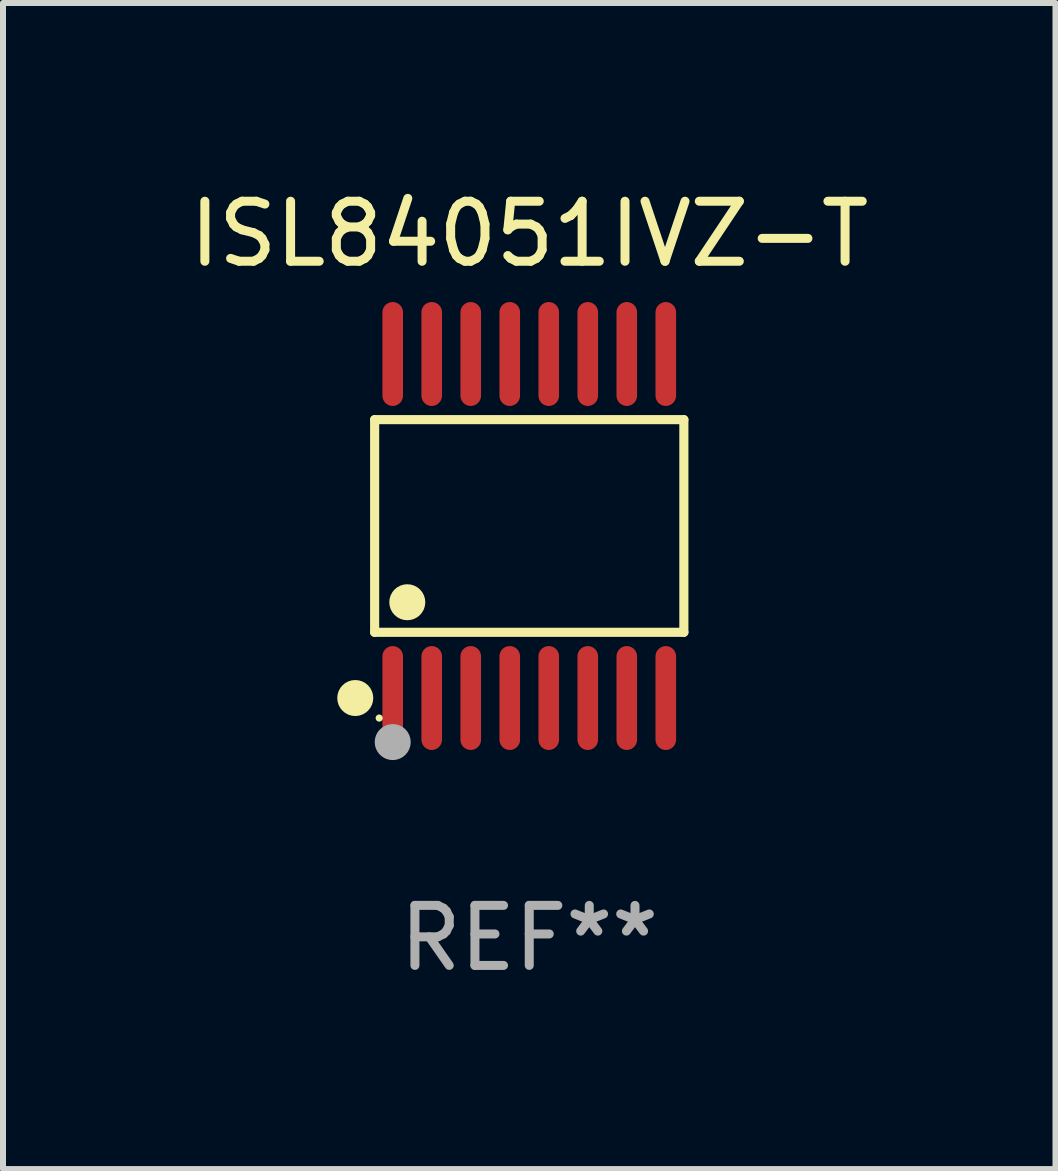
<source format=kicad_pcb>
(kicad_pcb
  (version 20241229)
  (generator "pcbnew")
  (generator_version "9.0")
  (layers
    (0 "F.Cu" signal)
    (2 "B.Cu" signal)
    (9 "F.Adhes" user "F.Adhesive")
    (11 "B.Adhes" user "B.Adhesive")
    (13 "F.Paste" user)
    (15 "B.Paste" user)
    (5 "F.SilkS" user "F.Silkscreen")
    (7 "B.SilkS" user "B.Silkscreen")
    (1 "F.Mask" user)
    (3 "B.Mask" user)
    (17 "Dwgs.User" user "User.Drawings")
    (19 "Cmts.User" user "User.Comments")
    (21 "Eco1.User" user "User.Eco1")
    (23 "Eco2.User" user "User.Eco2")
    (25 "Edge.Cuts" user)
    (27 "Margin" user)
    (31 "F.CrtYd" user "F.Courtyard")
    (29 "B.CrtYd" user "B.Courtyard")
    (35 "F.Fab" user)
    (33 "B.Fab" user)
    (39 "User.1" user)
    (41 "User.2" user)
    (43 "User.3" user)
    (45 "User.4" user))
  (footprint "ISL84051IVZ-T"
    (layer "F.Cu")
    (at 5.768 5.714)
    (property "Reference" "ISL84051IVZ-T" (at 0 -4.866 0) (layer "F.SilkS") (effects (font (size 1 1) (thickness 0.15))))
    (attr through_hole)
    (fp_line (start -2.576 -1.772) (end 2.576 -1.772) (stroke (width 0.152) (type solid)) (layer "F.SilkS"))
    (fp_line (start -2.576 1.771) (end -2.576 -1.772) (stroke (width 0.152) (type solid)) (layer "F.SilkS"))
    (fp_line (start 2.576 -1.772) (end 2.576 1.771) (stroke (width 0.152) (type solid)) (layer "F.SilkS"))
    (fp_line (start 2.576 1.771) (end -2.576 1.771) (stroke (width 0.152) (type solid)) (layer "F.SilkS"))
    (fp_circle (center -2.899 2.866) (end -2.749 2.866) (stroke (width 0.3) (type solid)) (fill no) (layer "F.SilkS"))
    (fp_circle (center -2.5 3.2) (end -2.47 3.2) (stroke (width 0.06) (type solid)) (fill no) (layer "F.SilkS"))
    (fp_circle (center -2.032 1.27) (end -1.882 1.27) (stroke (width 0.3) (type solid)) (fill no) (layer "F.SilkS"))
    (fp_circle (center -2.275 3.6) (end -2.125 3.6) (stroke (width 0.3) (type solid)) (fill no) (layer "F.Fab"))
    (fp_text user "REF**" (at 0 6.866 0) (layer "F.Fab") (effects (font (size 1 1) (thickness 0.15))))
    (pad "1" smd oval (at -2.275 2.866) (size 0.343 1.731) (layers "F.Cu" "F.Mask" "F.Paste"))
    (pad "2" smd oval (at -1.625 2.866) (size 0.343 1.731) (layers "F.Cu" "F.Mask" "F.Paste"))
    (pad "3" smd oval (at -0.975 2.866) (size 0.343 1.731) (layers "F.Cu" "F.Mask" "F.Paste"))
    (pad "4" smd oval (at -0.325 2.866) (size 0.343 1.731) (layers "F.Cu" "F.Mask" "F.Paste"))
    (pad "5" smd oval (at 0.325 2.866) (size 0.343 1.731) (layers "F.Cu" "F.Mask" "F.Paste"))
    (pad "6" smd oval (at 0.975 2.866) (size 0.343 1.731) (layers "F.Cu" "F.Mask" "F.Paste"))
    (pad "7" smd oval (at 1.625 2.866) (size 0.343 1.731) (layers "F.Cu" "F.Mask" "F.Paste"))
    (pad "8" smd oval (at 2.275 2.866) (size 0.343 1.731) (layers "F.Cu" "F.Mask" "F.Paste"))
    (pad "9" smd oval (at 2.275 -2.866) (size 0.343 1.731) (layers "F.Cu" "F.Mask" "F.Paste"))
    (pad "10" smd oval (at 1.625 -2.866) (size 0.343 1.731) (layers "F.Cu" "F.Mask" "F.Paste"))
    (pad "11" smd oval (at 0.975 -2.866) (size 0.343 1.731) (layers "F.Cu" "F.Mask" "F.Paste"))
    (pad "12" smd oval (at 0.325 -2.866) (size 0.343 1.731) (layers "F.Cu" "F.Mask" "F.Paste"))
    (pad "13" smd oval (at -0.325 -2.866) (size 0.343 1.731) (layers "F.Cu" "F.Mask" "F.Paste"))
    (pad "14" smd oval (at -0.975 -2.866) (size 0.343 1.731) (layers "F.Cu" "F.Mask" "F.Paste"))
    (pad "15" smd oval (at -1.625 -2.866) (size 0.343 1.731) (layers "F.Cu" "F.Mask" "F.Paste"))
    (pad "16" smd oval (at -2.275 -2.866) (size 0.343 1.731) (layers "F.Cu" "F.Mask" "F.Paste")))
  (gr_rect
    (start -3 -3)
    (end 14.536 16.428)
    (stroke (width 0.1) (type default))
    (fill no)
    (layer "Edge.Cuts")))
</source>
